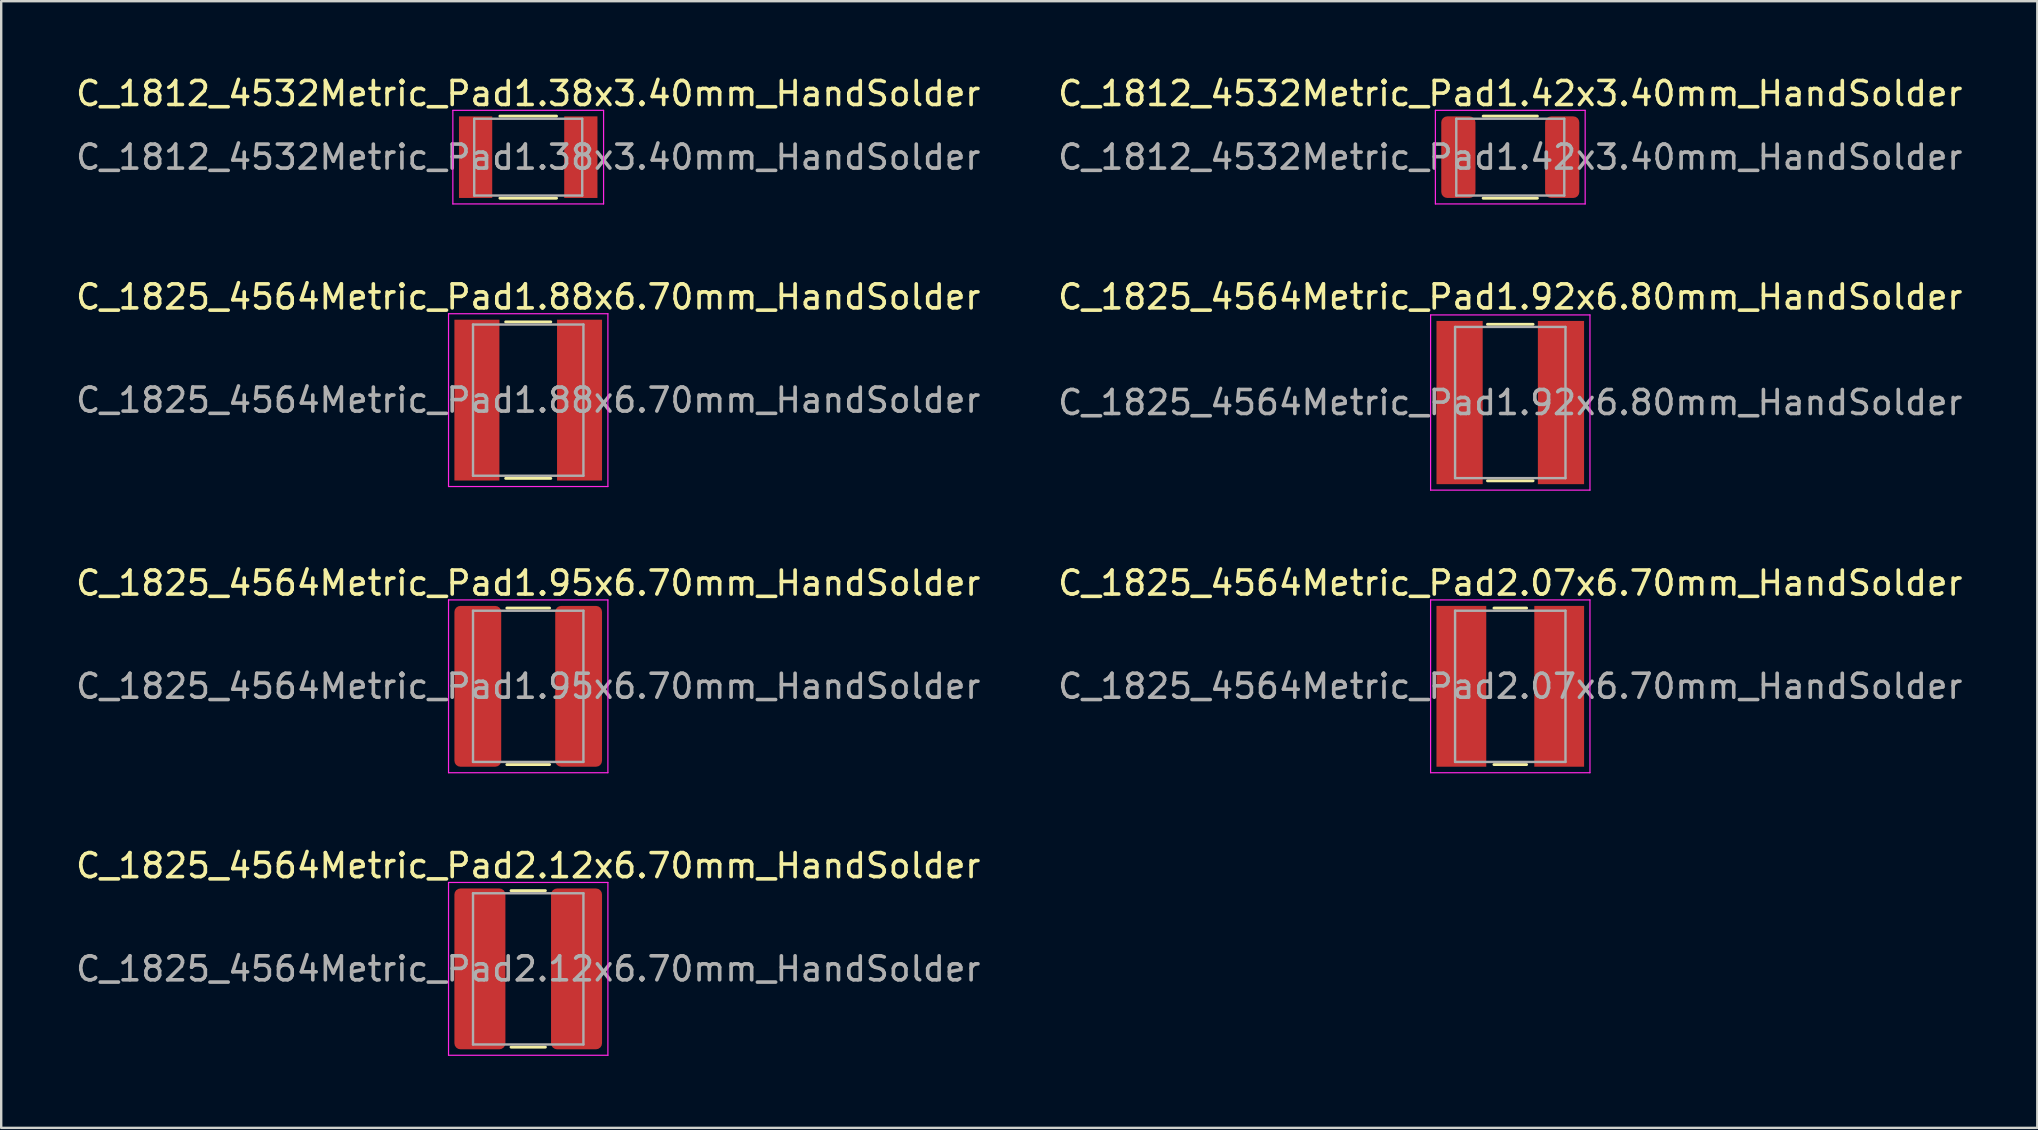
<source format=kicad_pcb>
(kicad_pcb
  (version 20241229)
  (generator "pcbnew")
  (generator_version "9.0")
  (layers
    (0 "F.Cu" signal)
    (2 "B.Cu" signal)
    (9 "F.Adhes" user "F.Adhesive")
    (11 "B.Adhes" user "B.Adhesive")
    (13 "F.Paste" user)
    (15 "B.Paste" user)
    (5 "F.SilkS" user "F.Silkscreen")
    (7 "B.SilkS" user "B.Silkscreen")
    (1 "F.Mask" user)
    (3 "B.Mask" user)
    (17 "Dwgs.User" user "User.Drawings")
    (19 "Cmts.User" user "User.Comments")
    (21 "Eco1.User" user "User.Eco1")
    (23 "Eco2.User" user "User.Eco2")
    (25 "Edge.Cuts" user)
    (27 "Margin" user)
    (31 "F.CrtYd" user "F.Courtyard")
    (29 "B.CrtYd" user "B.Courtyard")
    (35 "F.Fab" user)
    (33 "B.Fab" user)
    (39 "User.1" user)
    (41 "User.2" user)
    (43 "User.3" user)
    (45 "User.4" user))
  (footprint "C_1825_4564Metric_Pad2.12x6.70mm_HandSolder"
    (layer "F.Cu")
    (at 18.958 37.318)
    (property "Reference" "C_1825_4564Metric_Pad2.12x6.70mm_HandSolder" (at 0 -4.3 0) (layer "F.SilkS") (effects (font (size 1 1) (thickness 0.15))))
    (attr smd)
    (fp_line (start -0.716 -3.26) (end 0.716 -3.26) (stroke (width 0.12) (type solid)) (layer "F.SilkS"))
    (fp_line (start -0.716 3.26) (end 0.716 3.26) (stroke (width 0.12) (type solid)) (layer "F.SilkS"))
    (fp_line (start -3.32 -3.6) (end 3.32 -3.6) (stroke (width 0.05) (type solid)) (layer "F.CrtYd"))
    (fp_line (start -3.32 3.6) (end -3.32 -3.6) (stroke (width 0.05) (type solid)) (layer "F.CrtYd"))
    (fp_line (start 3.32 -3.6) (end 3.32 3.6) (stroke (width 0.05) (type solid)) (layer "F.CrtYd"))
    (fp_line (start 3.32 3.6) (end -3.32 3.6) (stroke (width 0.05) (type solid)) (layer "F.CrtYd"))
    (fp_line (start -2.3 -3.15) (end 2.3 -3.15) (stroke (width 0.1) (type solid)) (layer "F.Fab"))
    (fp_line (start -2.3 3.15) (end -2.3 -3.15) (stroke (width 0.1) (type solid)) (layer "F.Fab"))
    (fp_line (start 2.3 -3.15) (end 2.3 3.15) (stroke (width 0.1) (type solid)) (layer "F.Fab"))
    (fp_line (start 2.3 3.15) (end -2.3 3.15) (stroke (width 0.1) (type solid)) (layer "F.Fab"))
    (fp_text user "${REFERENCE}" (at 0 0 0) (layer "F.Fab") (effects (font (size 1 1) (thickness 0.15))))
    (pad "1" smd roundrect (at -2.013 0) (size 2.125 6.7) (layers "F.Cu" "F.Mask" "F.Paste") (roundrect_rratio 0.118))
    (pad "2" smd roundrect (at 2.013 0) (size 2.125 6.7) (layers "F.Cu" "F.Mask" "F.Paste") (roundrect_rratio 0.118)))
  (footprint "C_1812_4532Metric_Pad1.38x3.40mm_HandSolder"
    (layer "F.Cu")
    (at 18.958 3.498)
    (property "Reference" "C_1812_4532Metric_Pad1.38x3.40mm_HandSolder" (at 0 -2.65 0) (layer "F.SilkS") (effects (font (size 1 1) (thickness 0.15))))
    (attr smd)
    (fp_line (start -1.18 -1.71) (end 1.18 -1.71) (stroke (width 0.12) (type solid)) (layer "F.SilkS"))
    (fp_line (start -1.18 1.71) (end 1.18 1.71) (stroke (width 0.12) (type solid)) (layer "F.SilkS"))
    (fp_line (start -3.14 -1.95) (end 3.14 -1.95) (stroke (width 0.05) (type solid)) (layer "F.CrtYd"))
    (fp_line (start -3.14 1.95) (end -3.14 -1.95) (stroke (width 0.05) (type solid)) (layer "F.CrtYd"))
    (fp_line (start 3.14 -1.95) (end 3.14 1.95) (stroke (width 0.05) (type solid)) (layer "F.CrtYd"))
    (fp_line (start 3.14 1.95) (end -3.14 1.95) (stroke (width 0.05) (type solid)) (layer "F.CrtYd"))
    (fp_line (start -2.25 -1.6) (end 2.25 -1.6) (stroke (width 0.1) (type solid)) (layer "F.Fab"))
    (fp_line (start -2.25 1.6) (end -2.25 -1.6) (stroke (width 0.1) (type solid)) (layer "F.Fab"))
    (fp_line (start 2.25 -1.6) (end 2.25 1.6) (stroke (width 0.1) (type solid)) (layer "F.Fab"))
    (fp_line (start 2.25 1.6) (end -2.25 1.6) (stroke (width 0.1) (type solid)) (layer "F.Fab"))
    (fp_text user "${REFERENCE}" (at 0 0 0) (layer "F.Fab") (effects (font (size 1 1) (thickness 0.15))))
    (pad "1" smd rect (at -2.192 0) (size 1.385 3.4) (layers "F.Cu" "F.Mask" "F.Paste"))
    (pad "2" smd rect (at 2.192 0) (size 1.385 3.4) (layers "F.Cu" "F.Mask" "F.Paste")))
  (footprint "C_1825_4564Metric_Pad1.95x6.70mm_HandSolder"
    (layer "F.Cu")
    (at 18.958 25.545)
    (property "Reference" "C_1825_4564Metric_Pad1.95x6.70mm_HandSolder" (at 0 -4.3 0) (layer "F.SilkS") (effects (font (size 1 1) (thickness 0.15))))
    (attr smd)
    (fp_line (start -0.891 -3.26) (end 0.891 -3.26) (stroke (width 0.12) (type solid)) (layer "F.SilkS"))
    (fp_line (start -0.891 3.26) (end 0.891 3.26) (stroke (width 0.12) (type solid)) (layer "F.SilkS"))
    (fp_line (start -3.32 -3.6) (end 3.32 -3.6) (stroke (width 0.05) (type solid)) (layer "F.CrtYd"))
    (fp_line (start -3.32 3.6) (end -3.32 -3.6) (stroke (width 0.05) (type solid)) (layer "F.CrtYd"))
    (fp_line (start 3.32 -3.6) (end 3.32 3.6) (stroke (width 0.05) (type solid)) (layer "F.CrtYd"))
    (fp_line (start 3.32 3.6) (end -3.32 3.6) (stroke (width 0.05) (type solid)) (layer "F.CrtYd"))
    (fp_line (start -2.3 -3.15) (end 2.3 -3.15) (stroke (width 0.1) (type solid)) (layer "F.Fab"))
    (fp_line (start -2.3 3.15) (end -2.3 -3.15) (stroke (width 0.1) (type solid)) (layer "F.Fab"))
    (fp_line (start 2.3 -3.15) (end 2.3 3.15) (stroke (width 0.1) (type solid)) (layer "F.Fab"))
    (fp_line (start 2.3 3.15) (end -2.3 3.15) (stroke (width 0.1) (type solid)) (layer "F.Fab"))
    (fp_text user "${REFERENCE}" (at 0 0 0) (layer "F.Fab") (effects (font (size 1 1) (thickness 0.15))))
    (pad "1" smd roundrect (at -2.1 0) (size 1.95 6.7) (layers "F.Cu" "F.Mask" "F.Paste") (roundrect_rratio 0.128))
    (pad "2" smd roundrect (at 2.1 0) (size 1.95 6.7) (layers "F.Cu" "F.Mask" "F.Paste") (roundrect_rratio 0.128)))
  (footprint "C_1825_4564Metric_Pad1.88x6.70mm_HandSolder"
    (layer "F.Cu")
    (at 18.958 13.621)
    (property "Reference" "C_1825_4564Metric_Pad1.88x6.70mm_HandSolder" (at 0 -4.3 0) (layer "F.SilkS") (effects (font (size 1 1) (thickness 0.15))))
    (attr smd)
    (fp_line (start -0.94 -3.26) (end 0.94 -3.26) (stroke (width 0.12) (type solid)) (layer "F.SilkS"))
    (fp_line (start -0.94 3.26) (end 0.94 3.26) (stroke (width 0.12) (type solid)) (layer "F.SilkS"))
    (fp_line (start -3.32 -3.6) (end 3.32 -3.6) (stroke (width 0.05) (type solid)) (layer "F.CrtYd"))
    (fp_line (start -3.32 3.6) (end -3.32 -3.6) (stroke (width 0.05) (type solid)) (layer "F.CrtYd"))
    (fp_line (start 3.32 -3.6) (end 3.32 3.6) (stroke (width 0.05) (type solid)) (layer "F.CrtYd"))
    (fp_line (start 3.32 3.6) (end -3.32 3.6) (stroke (width 0.05) (type solid)) (layer "F.CrtYd"))
    (fp_line (start -2.3 -3.15) (end 2.3 -3.15) (stroke (width 0.1) (type solid)) (layer "F.Fab"))
    (fp_line (start -2.3 3.15) (end -2.3 -3.15) (stroke (width 0.1) (type solid)) (layer "F.Fab"))
    (fp_line (start 2.3 -3.15) (end 2.3 3.15) (stroke (width 0.1) (type solid)) (layer "F.Fab"))
    (fp_line (start 2.3 3.15) (end -2.3 3.15) (stroke (width 0.1) (type solid)) (layer "F.Fab"))
    (fp_text user "${REFERENCE}" (at 0 0 0) (layer "F.Fab") (effects (font (size 1 1) (thickness 0.15))))
    (pad "1" smd rect (at -2.138 0) (size 1.875 6.7) (layers "F.Cu" "F.Mask" "F.Paste"))
    (pad "2" smd rect (at 2.138 0) (size 1.875 6.7) (layers "F.Cu" "F.Mask" "F.Paste")))
  (footprint "C_1825_4564Metric_Pad2.07x6.70mm_HandSolder"
    (layer "F.Cu")
    (at 59.875 25.545)
    (property "Reference" "C_1825_4564Metric_Pad2.07x6.70mm_HandSolder" (at 0 -4.3 0) (layer "F.SilkS") (effects (font (size 1 1) (thickness 0.15))))
    (attr smd)
    (fp_line (start -0.68 -3.26) (end 0.68 -3.26) (stroke (width 0.12) (type solid)) (layer "F.SilkS"))
    (fp_line (start -0.68 3.26) (end 0.68 3.26) (stroke (width 0.12) (type solid)) (layer "F.SilkS"))
    (fp_line (start -3.32 -3.6) (end 3.32 -3.6) (stroke (width 0.05) (type solid)) (layer "F.CrtYd"))
    (fp_line (start -3.32 3.6) (end -3.32 -3.6) (stroke (width 0.05) (type solid)) (layer "F.CrtYd"))
    (fp_line (start 3.32 -3.6) (end 3.32 3.6) (stroke (width 0.05) (type solid)) (layer "F.CrtYd"))
    (fp_line (start 3.32 3.6) (end -3.32 3.6) (stroke (width 0.05) (type solid)) (layer "F.CrtYd"))
    (fp_line (start -2.3 -3.15) (end 2.3 -3.15) (stroke (width 0.1) (type solid)) (layer "F.Fab"))
    (fp_line (start -2.3 3.15) (end -2.3 -3.15) (stroke (width 0.1) (type solid)) (layer "F.Fab"))
    (fp_line (start 2.3 -3.15) (end 2.3 3.15) (stroke (width 0.1) (type solid)) (layer "F.Fab"))
    (fp_line (start 2.3 3.15) (end -2.3 3.15) (stroke (width 0.1) (type solid)) (layer "F.Fab"))
    (fp_text user "${REFERENCE}" (at 0 0 0) (layer "F.Fab") (effects (font (size 1 1) (thickness 0.15))))
    (pad "1" smd rect (at -2.038 0) (size 2.075 6.7) (layers "F.Cu" "F.Mask" "F.Paste"))
    (pad "2" smd rect (at 2.038 0) (size 2.075 6.7) (layers "F.Cu" "F.Mask" "F.Paste")))
  (footprint "C_1812_4532Metric_Pad1.42x3.40mm_HandSolder"
    (layer "F.Cu")
    (at 59.875 3.498)
    (property "Reference" "C_1812_4532Metric_Pad1.42x3.40mm_HandSolder" (at 0 -2.65 0) (layer "F.SilkS") (effects (font (size 1 1) (thickness 0.15))))
    (attr smd)
    (fp_line (start -1.13 -1.71) (end 1.13 -1.71) (stroke (width 0.12) (type solid)) (layer "F.SilkS"))
    (fp_line (start -1.13 1.71) (end 1.13 1.71) (stroke (width 0.12) (type solid)) (layer "F.SilkS"))
    (fp_line (start -3.12 -1.95) (end 3.12 -1.95) (stroke (width 0.05) (type solid)) (layer "F.CrtYd"))
    (fp_line (start -3.12 1.95) (end -3.12 -1.95) (stroke (width 0.05) (type solid)) (layer "F.CrtYd"))
    (fp_line (start 3.12 -1.95) (end 3.12 1.95) (stroke (width 0.05) (type solid)) (layer "F.CrtYd"))
    (fp_line (start 3.12 1.95) (end -3.12 1.95) (stroke (width 0.05) (type solid)) (layer "F.CrtYd"))
    (fp_line (start -2.25 -1.6) (end 2.25 -1.6) (stroke (width 0.1) (type solid)) (layer "F.Fab"))
    (fp_line (start -2.25 1.6) (end -2.25 -1.6) (stroke (width 0.1) (type solid)) (layer "F.Fab"))
    (fp_line (start 2.25 -1.6) (end 2.25 1.6) (stroke (width 0.1) (type solid)) (layer "F.Fab"))
    (fp_line (start 2.25 1.6) (end -2.25 1.6) (stroke (width 0.1) (type solid)) (layer "F.Fab"))
    (fp_text user "${REFERENCE}" (at 0 0 0) (layer "F.Fab") (effects (font (size 1 1) (thickness 0.15))))
    (pad "1" smd roundrect (at -2.163 0) (size 1.425 3.4) (layers "F.Cu" "F.Mask" "F.Paste") (roundrect_rratio 0.175))
    (pad "2" smd roundrect (at 2.163 0) (size 1.425 3.4) (layers "F.Cu" "F.Mask" "F.Paste") (roundrect_rratio 0.175)))
  (footprint "C_1825_4564Metric_Pad1.92x6.80mm_HandSolder"
    (layer "F.Cu")
    (at 59.875 13.722)
    (property "Reference" "C_1825_4564Metric_Pad1.92x6.80mm_HandSolder" (at 0 -4.4 0) (layer "F.SilkS") (effects (font (size 1 1) (thickness 0.15))))
    (attr smd)
    (fp_line (start -0.95 -3.26) (end 0.95 -3.26) (stroke (width 0.12) (type solid)) (layer "F.SilkS"))
    (fp_line (start -0.95 3.26) (end 0.95 3.26) (stroke (width 0.12) (type solid)) (layer "F.SilkS"))
    (fp_line (start -3.32 -3.65) (end 3.32 -3.65) (stroke (width 0.05) (type solid)) (layer "F.CrtYd"))
    (fp_line (start -3.32 3.65) (end -3.32 -3.65) (stroke (width 0.05) (type solid)) (layer "F.CrtYd"))
    (fp_line (start 3.32 -3.65) (end 3.32 3.65) (stroke (width 0.05) (type solid)) (layer "F.CrtYd"))
    (fp_line (start 3.32 3.65) (end -3.32 3.65) (stroke (width 0.05) (type solid)) (layer "F.CrtYd"))
    (fp_line (start -2.3 -3.15) (end 2.3 -3.15) (stroke (width 0.1) (type solid)) (layer "F.Fab"))
    (fp_line (start -2.3 3.15) (end -2.3 -3.15) (stroke (width 0.1) (type solid)) (layer "F.Fab"))
    (fp_line (start 2.3 -3.15) (end 2.3 3.15) (stroke (width 0.1) (type solid)) (layer "F.Fab"))
    (fp_line (start 2.3 3.15) (end -2.3 3.15) (stroke (width 0.1) (type solid)) (layer "F.Fab"))
    (fp_text user "${REFERENCE}" (at 0 0 0) (layer "F.Fab") (effects (font (size 1 1) (thickness 0.15))))
    (pad "1" smd rect (at -2.112 0) (size 1.925 6.8) (layers "F.Cu" "F.Mask" "F.Paste"))
    (pad "2" smd rect (at 2.112 0) (size 1.925 6.8) (layers "F.Cu" "F.Mask" "F.Paste")))
  (gr_rect
    (start -3 -3)
    (end 81.833 43.943)
    (stroke (width 0.1) (type default))
    (fill no)
    (layer "Edge.Cuts")))
</source>
